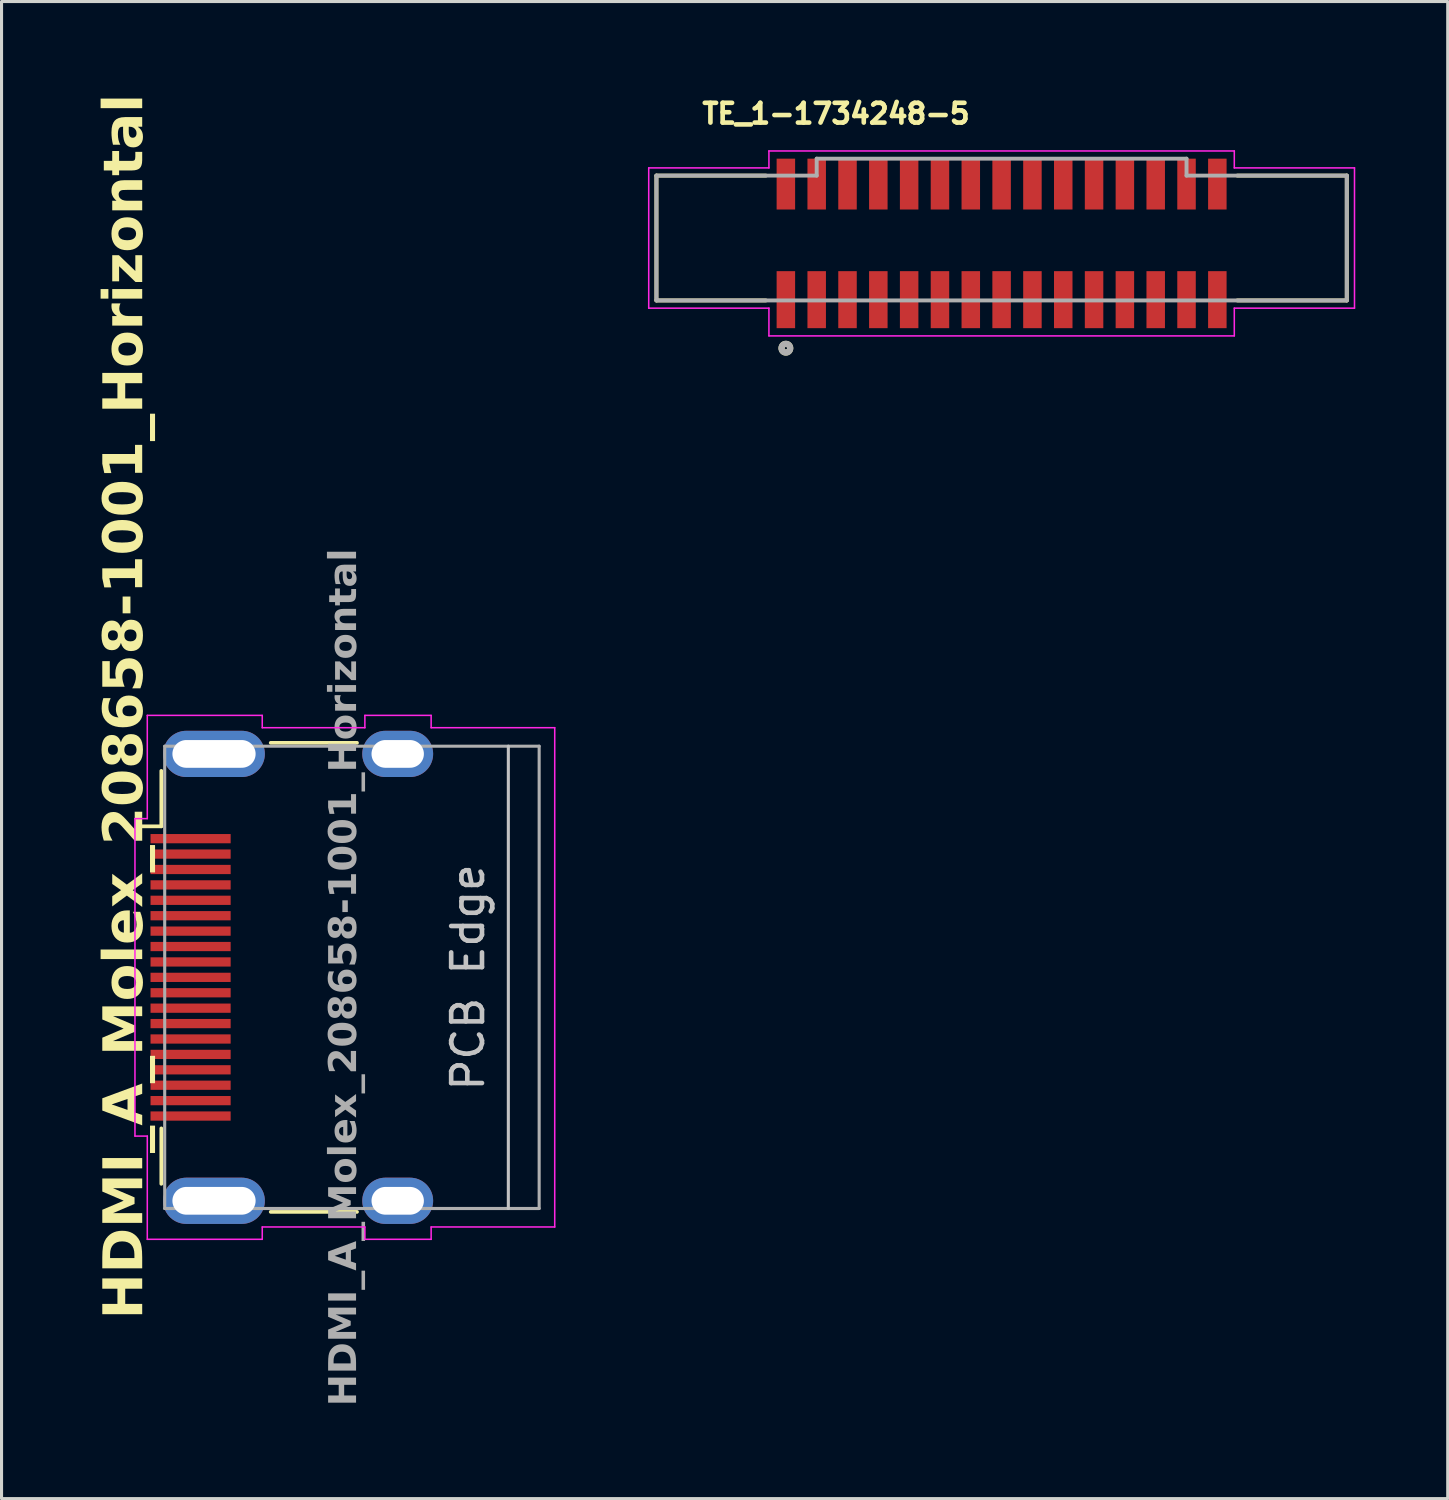
<source format=kicad_pcb>
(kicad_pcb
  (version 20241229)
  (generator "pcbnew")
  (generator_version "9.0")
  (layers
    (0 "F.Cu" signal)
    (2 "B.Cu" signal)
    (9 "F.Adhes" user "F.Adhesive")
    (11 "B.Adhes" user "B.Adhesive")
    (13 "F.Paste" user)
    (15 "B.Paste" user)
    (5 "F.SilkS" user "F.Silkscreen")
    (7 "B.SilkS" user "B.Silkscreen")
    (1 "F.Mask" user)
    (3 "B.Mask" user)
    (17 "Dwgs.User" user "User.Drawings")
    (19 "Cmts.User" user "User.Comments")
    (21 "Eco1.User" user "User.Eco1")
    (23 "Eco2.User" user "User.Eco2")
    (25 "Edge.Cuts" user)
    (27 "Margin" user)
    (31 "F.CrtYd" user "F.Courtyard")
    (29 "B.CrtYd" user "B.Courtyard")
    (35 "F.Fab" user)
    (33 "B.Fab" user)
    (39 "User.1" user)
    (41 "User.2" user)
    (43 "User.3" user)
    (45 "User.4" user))
  (footprint "TE_1-1734248-5"
    (layer "F.Cu")
    (at 29.449 4.648)
    (property "Reference" "TE_1-1734248-5" (at -5.373 -4.01 0) (layer "F.SilkS") (effects (font (size 0.641 0.641) (thickness 0.15))))
    (attr smd)
    (fp_line (start -11.2 -2) (end -7.65 -2) (stroke (width 0.127) (type solid)) (layer "F.SilkS"))
    (fp_line (start -11.2 2.05) (end -11.2 -2) (stroke (width 0.127) (type solid)) (layer "F.SilkS"))
    (fp_line (start -11.2 2.05) (end -7.65 2.05) (stroke (width 0.127) (type solid)) (layer "F.SilkS"))
    (fp_line (start 11.2 -2) (end 7.65 -2) (stroke (width 0.127) (type solid)) (layer "F.SilkS"))
    (fp_line (start 11.2 2.05) (end 7.65 2.05) (stroke (width 0.127) (type solid)) (layer "F.SilkS"))
    (fp_line (start 11.2 2.05) (end 11.2 -2) (stroke (width 0.127) (type solid)) (layer "F.SilkS"))
    (fp_circle (center -7 3.6) (end -6.859 3.6) (stroke (width 0.2) (type solid)) (fill no) (layer "F.SilkS"))
    (fp_line (start -11.45 -2.25) (end -7.55 -2.25) (stroke (width 0.05) (type solid)) (layer "F.CrtYd"))
    (fp_line (start -11.45 2.3) (end -11.45 -2.25) (stroke (width 0.05) (type solid)) (layer "F.CrtYd"))
    (fp_line (start -7.55 -2.8) (end 7.55 -2.8) (stroke (width 0.05) (type solid)) (layer "F.CrtYd"))
    (fp_line (start -7.55 -2.25) (end -7.55 -2.8) (stroke (width 0.05) (type solid)) (layer "F.CrtYd"))
    (fp_line (start -7.55 2.3) (end -11.45 2.3) (stroke (width 0.05) (type solid)) (layer "F.CrtYd"))
    (fp_line (start -7.55 3.2) (end -7.55 2.3) (stroke (width 0.05) (type solid)) (layer "F.CrtYd"))
    (fp_line (start 7.55 -2.8) (end 7.55 -2.25) (stroke (width 0.05) (type solid)) (layer "F.CrtYd"))
    (fp_line (start 7.55 -2.25) (end 11.45 -2.25) (stroke (width 0.05) (type solid)) (layer "F.CrtYd"))
    (fp_line (start 7.55 2.3) (end 7.55 3.2) (stroke (width 0.05) (type solid)) (layer "F.CrtYd"))
    (fp_line (start 7.55 3.2) (end -7.55 3.2) (stroke (width 0.05) (type solid)) (layer "F.CrtYd"))
    (fp_line (start 11.45 -2.25) (end 11.45 2.3) (stroke (width 0.05) (type solid)) (layer "F.CrtYd"))
    (fp_line (start 11.45 2.3) (end 7.55 2.3) (stroke (width 0.05) (type solid)) (layer "F.CrtYd"))
    (fp_line (start -11.2 -2) (end -6 -2) (stroke (width 0.127) (type solid)) (layer "F.Fab"))
    (fp_line (start -11.2 2.05) (end -11.2 -2) (stroke (width 0.127) (type solid)) (layer "F.Fab"))
    (fp_line (start -6 -2.55) (end 6 -2.55) (stroke (width 0.127) (type solid)) (layer "F.Fab"))
    (fp_line (start -6 -2) (end -6 -2.55) (stroke (width 0.127) (type solid)) (layer "F.Fab"))
    (fp_line (start 6 -2) (end 6 -2.55) (stroke (width 0.127) (type solid)) (layer "F.Fab"))
    (fp_line (start 11.2 -2) (end 6 -2) (stroke (width 0.127) (type solid)) (layer "F.Fab"))
    (fp_line (start 11.2 2.05) (end -11.2 2.05) (stroke (width 0.127) (type solid)) (layer "F.Fab"))
    (fp_line (start 11.2 2.05) (end 11.2 -2) (stroke (width 0.127) (type solid)) (layer "F.Fab"))
    (fp_circle (center -7 3.6) (end -6.859 3.6) (stroke (width 0.2) (type solid)) (fill no) (layer "F.Fab"))
    (pad "1" smd rect (at -7 2.025 180) (size 0.6 1.85) (layers "F.Cu" "F.Mask" "F.Paste"))
    (pad "1_1" smd rect (at -7 -1.725 180) (size 0.6 1.65) (layers "F.Cu" "F.Mask" "F.Paste"))
    (pad "2" smd rect (at -6 2.025 180) (size 0.6 1.85) (layers "F.Cu" "F.Mask" "F.Paste"))
    (pad "2_1" smd rect (at -6 -1.725 180) (size 0.6 1.65) (layers "F.Cu" "F.Mask" "F.Paste"))
    (pad "3" smd rect (at -5 2.025 180) (size 0.6 1.85) (layers "F.Cu" "F.Mask" "F.Paste"))
    (pad "3_1" smd rect (at -5 -1.725 180) (size 0.6 1.65) (layers "F.Cu" "F.Mask" "F.Paste"))
    (pad "4" smd rect (at -4 2.025 180) (size 0.6 1.85) (layers "F.Cu" "F.Mask" "F.Paste"))
    (pad "4_1" smd rect (at -4 -1.725 180) (size 0.6 1.65) (layers "F.Cu" "F.Mask" "F.Paste"))
    (pad "5" smd rect (at -3 2.025 180) (size 0.6 1.85) (layers "F.Cu" "F.Mask" "F.Paste"))
    (pad "5_1" smd rect (at -3 -1.725 180) (size 0.6 1.65) (layers "F.Cu" "F.Mask" "F.Paste"))
    (pad "6" smd rect (at -2 2.025 180) (size 0.6 1.85) (layers "F.Cu" "F.Mask" "F.Paste"))
    (pad "6_1" smd rect (at -2 -1.725 180) (size 0.6 1.65) (layers "F.Cu" "F.Mask" "F.Paste"))
    (pad "7" smd rect (at -1 2.025 180) (size 0.6 1.85) (layers "F.Cu" "F.Mask" "F.Paste"))
    (pad "7_1" smd rect (at -1 -1.725 180) (size 0.6 1.65) (layers "F.Cu" "F.Mask" "F.Paste"))
    (pad "8" smd rect (at 0 2.025 180) (size 0.6 1.85) (layers "F.Cu" "F.Mask" "F.Paste"))
    (pad "8_1" smd rect (at 0 -1.725 180) (size 0.6 1.65) (layers "F.Cu" "F.Mask" "F.Paste"))
    (pad "9" smd rect (at 1 2.025 180) (size 0.6 1.85) (layers "F.Cu" "F.Mask" "F.Paste"))
    (pad "9_1" smd rect (at 1 -1.725 180) (size 0.6 1.65) (layers "F.Cu" "F.Mask" "F.Paste"))
    (pad "10" smd rect (at 2 2.025 180) (size 0.6 1.85) (layers "F.Cu" "F.Mask" "F.Paste"))
    (pad "10_1" smd rect (at 2 -1.725 180) (size 0.6 1.65) (layers "F.Cu" "F.Mask" "F.Paste"))
    (pad "11" smd rect (at 3 2.025 180) (size 0.6 1.85) (layers "F.Cu" "F.Mask" "F.Paste"))
    (pad "11_1" smd rect (at 3 -1.725 180) (size 0.6 1.65) (layers "F.Cu" "F.Mask" "F.Paste"))
    (pad "12" smd rect (at 4 2.025 180) (size 0.6 1.85) (layers "F.Cu" "F.Mask" "F.Paste"))
    (pad "12_1" smd rect (at 4 -1.725 180) (size 0.6 1.65) (layers "F.Cu" "F.Mask" "F.Paste"))
    (pad "13" smd rect (at 5 2.025 180) (size 0.6 1.85) (layers "F.Cu" "F.Mask" "F.Paste"))
    (pad "13_1" smd rect (at 5 -1.725 180) (size 0.6 1.65) (layers "F.Cu" "F.Mask" "F.Paste"))
    (pad "14" smd rect (at 6 2.025 180) (size 0.6 1.85) (layers "F.Cu" "F.Mask" "F.Paste"))
    (pad "14_1" smd rect (at 6 -1.725 180) (size 0.6 1.65) (layers "F.Cu" "F.Mask" "F.Paste"))
    (pad "15" smd rect (at 7 2.025 180) (size 0.6 1.85) (layers "F.Cu" "F.Mask" "F.Paste"))
    (pad "15_1" smd rect (at 7 -1.725 180) (size 0.6 1.65) (layers "F.Cu" "F.Mask" "F.Paste")))
  (footprint "HDMI_A_Molex_208658-1001_Horizontal"
    (layer "F.Cu")
    (at 6.419 28.662)
    (property "Reference" "HDMI_A_Molex_208658-1001_Horizontal" (at -5.382 -8.785 90) (unlocked yes) (layer "F.SilkS") (effects (font (face "FreeSans") (size 1.27 1.27) (thickness 0.15) (bold yes))))
    (attr smd)
    (fp_line (start -4.985 -4.9) (end -4.235 -4.9) (stroke (width 0.12) (type solid)) (layer "F.SilkS"))
    (fp_line (start -4.235 -4.9) (end -4.235 -6.7) (stroke (width 0.12) (type solid)) (layer "F.SilkS"))
    (fp_line (start -4.235 6.7) (end -4.235 4.9) (stroke (width 0.12) (type solid)) (layer "F.SilkS"))
    (fp_line (start -0.685 -7.61) (end 2.115 -7.61) (stroke (width 0.12) (type solid)) (layer "F.SilkS"))
    (fp_line (start -0.685 7.61) (end 2.115 7.61) (stroke (width 0.12) (type solid)) (layer "F.SilkS"))
    (fp_line (start 7.025 -7.5) (end 7.025 7.5) (stroke (width 0.1) (type solid)) (layer "Dwgs.User"))
    (fp_line (start -5.09 5.15) (end -5.09 -5.15) (stroke (width 0.05) (type solid)) (layer "F.CrtYd"))
    (fp_line (start -4.69 -5.15) (end -5.09 -5.15) (stroke (width 0.05) (type solid)) (layer "F.CrtYd"))
    (fp_line (start -4.69 -5.15) (end -4.69 -8.5) (stroke (width 0.05) (type solid)) (layer "F.CrtYd"))
    (fp_line (start -4.69 5.15) (end -5.09 5.15) (stroke (width 0.05) (type solid)) (layer "F.CrtYd"))
    (fp_line (start -4.69 8.5) (end -4.69 5.15) (stroke (width 0.05) (type solid)) (layer "F.CrtYd"))
    (fp_line (start -0.96 -8.5) (end -4.69 -8.5) (stroke (width 0.05) (type solid)) (layer "F.CrtYd"))
    (fp_line (start -0.96 -8.1) (end -0.96 -8.5) (stroke (width 0.05) (type solid)) (layer "F.CrtYd"))
    (fp_line (start -0.96 8.5) (end -4.69 8.5) (stroke (width 0.05) (type solid)) (layer "F.CrtYd"))
    (fp_line (start -0.96 8.5) (end -0.96 8.1) (stroke (width 0.05) (type solid)) (layer "F.CrtYd"))
    (fp_line (start 2.37 -8.1) (end -0.96 -8.1) (stroke (width 0.05) (type solid)) (layer "F.CrtYd"))
    (fp_line (start 2.37 -8.1) (end 2.37 -8.5) (stroke (width 0.05) (type solid)) (layer "F.CrtYd"))
    (fp_line (start 2.37 8.1) (end -0.96 8.1) (stroke (width 0.05) (type solid)) (layer "F.CrtYd"))
    (fp_line (start 2.37 8.5) (end 2.37 8.1) (stroke (width 0.05) (type solid)) (layer "F.CrtYd"))
    (fp_line (start 4.52 -8.5) (end 2.37 -8.5) (stroke (width 0.05) (type solid)) (layer "F.CrtYd"))
    (fp_line (start 4.52 -8.1) (end 4.52 -8.5) (stroke (width 0.05) (type solid)) (layer "F.CrtYd"))
    (fp_line (start 4.52 8.5) (end 2.37 8.5) (stroke (width 0.05) (type solid)) (layer "F.CrtYd"))
    (fp_line (start 4.52 8.5) (end 4.52 8.1) (stroke (width 0.05) (type solid)) (layer "F.CrtYd"))
    (fp_line (start 8.53 -8.1) (end 4.52 -8.1) (stroke (width 0.05) (type solid)) (layer "F.CrtYd"))
    (fp_line (start 8.53 8.1) (end 4.52 8.1) (stroke (width 0.05) (type solid)) (layer "F.CrtYd"))
    (fp_line (start 8.53 8.1) (end 8.53 -8.1) (stroke (width 0.05) (type solid)) (layer "F.CrtYd"))
    (fp_line (start -4.125 -7.5) (end -4.125 7.5) (stroke (width 0.1) (type solid)) (layer "F.Fab"))
    (fp_line (start -4.125 -7.5) (end 8.025 -7.5) (stroke (width 0.1) (type solid)) (layer "F.Fab"))
    (fp_line (start -4.125 7.5) (end 8.025 7.5) (stroke (width 0.1) (type solid)) (layer "F.Fab"))
    (fp_line (start 8.025 -7.5) (end 8.025 7.5) (stroke (width 0.1) (type solid)) (layer "F.Fab"))
    (fp_text user "PCB Edge" (at 5.715 0 90) (layer "Dwgs.User") (effects (font (size 1 1) (thickness 0.15))))
    (fp_text user "${REFERENCE}" (at 1.715 0 270) (layer "F.Fab") (effects (font (face "FreeSans") (size 0.889 0.889) (thickness 0.15) (bold yes))))
    (pad "1" smd rect (at -3.285 -4.5) (size 2.6 0.3) (layers "F.Cu" "F.Mask" "F.Paste"))
    (pad "2" smd rect (at -3.285 -4) (size 2.6 0.3) (layers "F.Cu" "F.Mask" "F.Paste"))
    (pad "3" smd rect (at -3.285 -3.5) (size 2.6 0.3) (layers "F.Cu" "F.Mask" "F.Paste"))
    (pad "4" smd rect (at -3.285 -3) (size 2.6 0.3) (layers "F.Cu" "F.Mask" "F.Paste"))
    (pad "5" smd rect (at -3.285 -2.5) (size 2.6 0.3) (layers "F.Cu" "F.Mask" "F.Paste"))
    (pad "6" smd rect (at -3.285 -2) (size 2.6 0.3) (layers "F.Cu" "F.Mask" "F.Paste"))
    (pad "7" smd rect (at -3.285 -1.5) (size 2.6 0.3) (layers "F.Cu" "F.Mask" "F.Paste"))
    (pad "8" smd rect (at -3.285 -1) (size 2.6 0.3) (layers "F.Cu" "F.Mask" "F.Paste"))
    (pad "9" smd rect (at -3.285 -0.5) (size 2.6 0.3) (layers "F.Cu" "F.Mask" "F.Paste"))
    (pad "10" smd rect (at -3.285 0) (size 2.6 0.3) (layers "F.Cu" "F.Mask" "F.Paste"))
    (pad "11" smd rect (at -3.285 0.5) (size 2.6 0.3) (layers "F.Cu" "F.Mask" "F.Paste"))
    (pad "12" smd rect (at -3.285 1) (size 2.6 0.3) (layers "F.Cu" "F.Mask" "F.Paste"))
    (pad "13" smd rect (at -3.285 1.5) (size 2.6 0.3) (layers "F.Cu" "F.Mask" "F.Paste"))
    (pad "14" smd rect (at -3.285 2) (size 2.6 0.3) (layers "F.Cu" "F.Mask" "F.Paste"))
    (pad "15" smd rect (at -3.285 2.5) (size 2.6 0.3) (layers "F.Cu" "F.Mask" "F.Paste"))
    (pad "16" smd rect (at -3.285 3) (size 2.6 0.3) (layers "F.Cu" "F.Mask" "F.Paste"))
    (pad "17" smd rect (at -3.285 3.5) (size 2.6 0.3) (layers "F.Cu" "F.Mask" "F.Paste"))
    (pad "18" smd rect (at -3.285 4) (size 2.6 0.3) (layers "F.Cu" "F.Mask" "F.Paste"))
    (pad "19" smd rect (at -3.285 4.5) (size 2.6 0.3) (layers "F.Cu" "F.Mask" "F.Paste"))
    (pad "SH" thru_hole oval (at -2.525 -7.25) (size 3.3 1.5) (drill oval 2.7 0.9) (layers "*.Cu" "*.Mask"))
    (pad "SH" thru_hole oval (at -2.525 7.25) (size 3.3 1.5) (drill oval 2.7 0.9) (layers "*.Cu" "*.Mask"))
    (pad "SH" thru_hole oval (at 3.435 -7.25) (size 2.3 1.5) (drill oval 1.7 0.9) (layers "*.Cu" "*.Mask"))
    (pad "SH" thru_hole oval (at 3.435 7.25) (size 2.3 1.5) (drill oval 1.7 0.9) (layers "*.Cu" "*.Mask")))
  (gr_rect
    (start -3 -3)
    (end 43.924 45.576)
    (stroke (width 0.1) (type default))
    (fill no)
    (layer "Edge.Cuts")))
</source>
